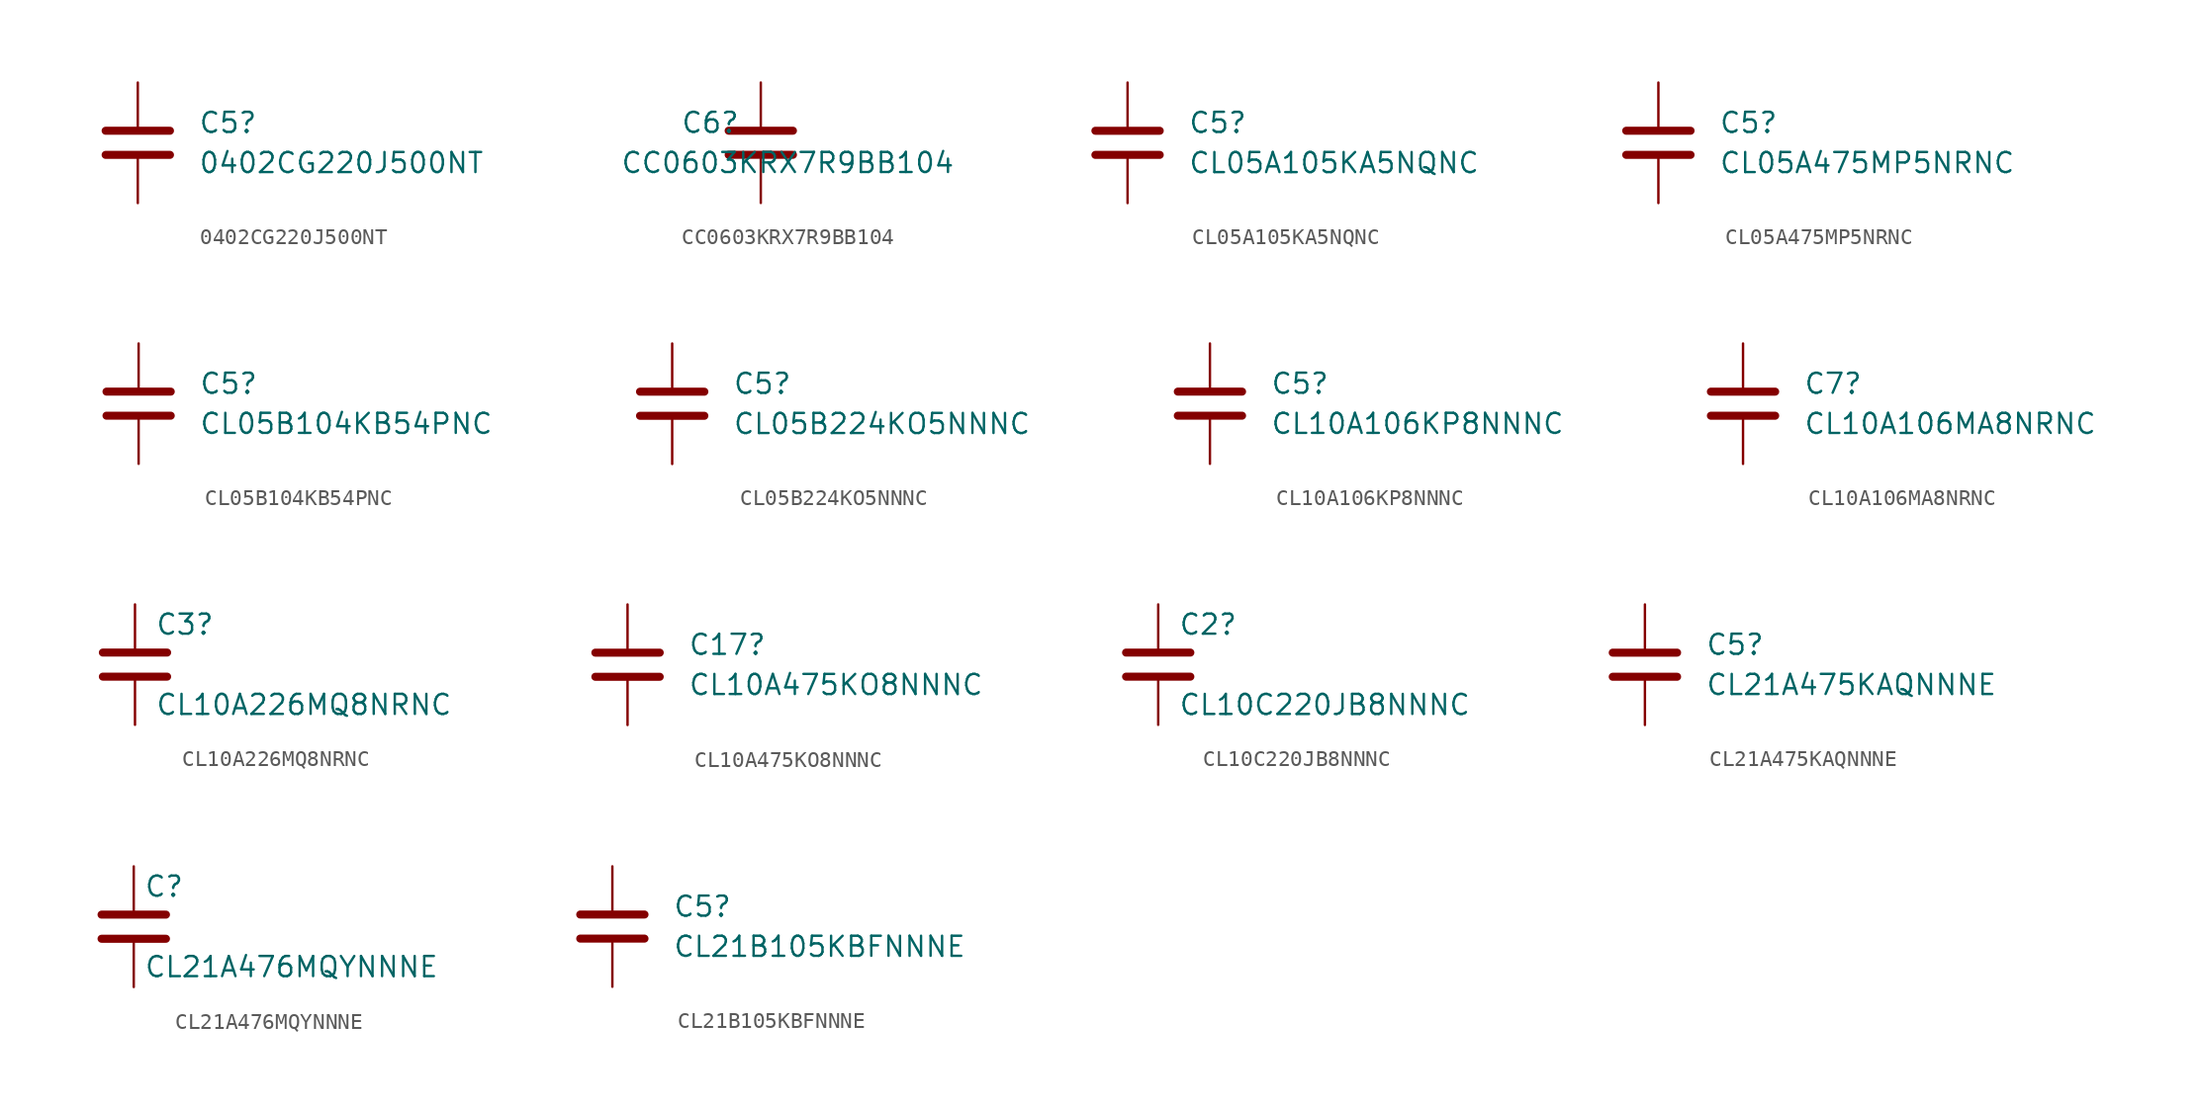
<source format=kicad_sym>
(kicad_symbol_lib
  (version 20211014)
  (generator kicad_symbol_editor)
  (symbol "0402CG220J500NT"
    (pin_numbers hide)
    (pin_names
      (offset 0.254))
    (property "Reference" "C5"
      (at 3.81 1.27 0)
      (effects (font (size 1.27 1.27)) (justify left)))
    (property "Value" "0402CG220J500NT"
      (at 3.81 -1.27 0)
      (effects (font (size 1.27 1.27)) (justify left)))
    (symbol "0402CG220J500NT_0_1"
      (polyline (pts (xy -2.032 -0.762) (xy 2.032 -0.762)) (stroke (width 0.508) (type default) (color 0 0 0 0)) (fill (type none)))
      (polyline (pts (xy -2.032 0.762) (xy 2.032 0.762)) (stroke (width 0.508) (type default) (color 0 0 0 0)) (fill (type none))))
    (symbol "0402CG220J500NT_1_1"
      (pin passive line (at 0 3.81 270) (length 2.794) (name "~" (effects (font (size 1.27 1.27)))) (number "1" (effects (font (size 1.27 1.27)))))
      (pin passive line (at 0 -3.81 90) (length 2.794) (name "~" (effects (font (size 1.27 1.27)))) (number "2" (effects (font (size 1.27 1.27)))))))
  (symbol "CC0603KRX7R9BB104"
    (pin_numbers hide)
    (pin_names
      (offset 0.254))
    (property "Reference" "C6"
      (at -5.08 1.27 0)
      (effects (font (size 1.27 1.27)) (justify left)))
    (property "Value" "CC0603KRX7R9BB104"
      (at -8.89 -1.27 0)
      (effects (font (size 1.27 1.27)) (justify left)))
    (symbol "CC0603KRX7R9BB104_0_1"
      (polyline (pts (xy -2.032 -0.762) (xy 2.032 -0.762)) (stroke (width 0.508) (type default) (color 0 0 0 0)) (fill (type none)))
      (polyline (pts (xy -2.032 0.762) (xy 2.032 0.762)) (stroke (width 0.508) (type default) (color 0 0 0 0)) (fill (type none))))
    (symbol "CC0603KRX7R9BB104_1_1"
      (pin passive line (at 0 3.81 270) (length 2.794) (name "~" (effects (font (size 1.27 1.27)))) (number "1" (effects (font (size 1.27 1.27)))))
      (pin passive line (at 0 -3.81 90) (length 2.794) (name "~" (effects (font (size 1.27 1.27)))) (number "2" (effects (font (size 1.27 1.27)))))))
  (symbol "CL05A105KA5NQNC"
    (pin_numbers hide)
    (pin_names
      (offset 0.254))
    (property "Reference" "C5"
      (at 3.81 1.27 0)
      (effects (font (size 1.27 1.27)) (justify left)))
    (property "Value" "CL05A105KA5NQNC"
      (at 3.81 -1.27 0)
      (effects (font (size 1.27 1.27)) (justify left)))
    (symbol "CL05A105KA5NQNC_0_1"
      (polyline (pts (xy -2.032 -0.762) (xy 2.032 -0.762)) (stroke (width 0.508) (type default) (color 0 0 0 0)) (fill (type none)))
      (polyline (pts (xy -2.032 0.762) (xy 2.032 0.762)) (stroke (width 0.508) (type default) (color 0 0 0 0)) (fill (type none))))
    (symbol "CL05A105KA5NQNC_1_1"
      (pin passive line (at 0 3.81 270) (length 2.794) (name "~" (effects (font (size 1.27 1.27)))) (number "1" (effects (font (size 1.27 1.27)))))
      (pin passive line (at 0 -3.81 90) (length 2.794) (name "~" (effects (font (size 1.27 1.27)))) (number "2" (effects (font (size 1.27 1.27)))))))
  (symbol "CL05A475MP5NRNC"
    (pin_numbers hide)
    (pin_names
      (offset 0.254))
    (property "Reference" "C5"
      (at 3.81 1.27 0)
      (effects (font (size 1.27 1.27)) (justify left)))
    (property "Value" "CL05A475MP5NRNC"
      (at 3.81 -1.27 0)
      (effects (font (size 1.27 1.27)) (justify left)))
    (symbol "CL05A475MP5NRNC_0_1"
      (polyline (pts (xy -2.032 -0.762) (xy 2.032 -0.762)) (stroke (width 0.508) (type default) (color 0 0 0 0)) (fill (type none)))
      (polyline (pts (xy -2.032 0.762) (xy 2.032 0.762)) (stroke (width 0.508) (type default) (color 0 0 0 0)) (fill (type none))))
    (symbol "CL05A475MP5NRNC_1_1"
      (pin passive line (at 0 3.81 270) (length 2.794) (name "~" (effects (font (size 1.27 1.27)))) (number "1" (effects (font (size 1.27 1.27)))))
      (pin passive line (at 0 -3.81 90) (length 2.794) (name "~" (effects (font (size 1.27 1.27)))) (number "2" (effects (font (size 1.27 1.27)))))))
  (symbol "CL05B104KB54PNC"
    (pin_numbers hide)
    (pin_names
      (offset 0.254))
    (property "Reference" "C5"
      (at 3.81 1.27 0)
      (effects (font (size 1.27 1.27)) (justify left)))
    (property "Value" "CL05B104KB54PNC"
      (at 3.81 -1.27 0)
      (effects (font (size 1.27 1.27)) (justify left)))
    (symbol "CL05B104KB54PNC_0_1"
      (polyline (pts (xy -2.032 -0.762) (xy 2.032 -0.762)) (stroke (width 0.508) (type default) (color 0 0 0 0)) (fill (type none)))
      (polyline (pts (xy -2.032 0.762) (xy 2.032 0.762)) (stroke (width 0.508) (type default) (color 0 0 0 0)) (fill (type none))))
    (symbol "CL05B104KB54PNC_1_1"
      (pin passive line (at 0 3.81 270) (length 2.794) (name "~" (effects (font (size 1.27 1.27)))) (number "1" (effects (font (size 1.27 1.27)))))
      (pin passive line (at 0 -3.81 90) (length 2.794) (name "~" (effects (font (size 1.27 1.27)))) (number "2" (effects (font (size 1.27 1.27)))))))
  (symbol "CL05B224KO5NNNC"
    (pin_numbers hide)
    (pin_names
      (offset 0.254))
    (property "Reference" "C5"
      (at 3.81 1.27 0)
      (effects (font (size 1.27 1.27)) (justify left)))
    (property "Value" "CL05B224KO5NNNC"
      (at 3.81 -1.27 0)
      (effects (font (size 1.27 1.27)) (justify left)))
    (symbol "CL05B224KO5NNNC_0_1"
      (polyline (pts (xy -2.032 -0.762) (xy 2.032 -0.762)) (stroke (width 0.508) (type default) (color 0 0 0 0)) (fill (type none)))
      (polyline (pts (xy -2.032 0.762) (xy 2.032 0.762)) (stroke (width 0.508) (type default) (color 0 0 0 0)) (fill (type none))))
    (symbol "CL05B224KO5NNNC_1_1"
      (pin passive line (at 0 3.81 270) (length 2.794) (name "~" (effects (font (size 1.27 1.27)))) (number "1" (effects (font (size 1.27 1.27)))))
      (pin passive line (at 0 -3.81 90) (length 2.794) (name "~" (effects (font (size 1.27 1.27)))) (number "2" (effects (font (size 1.27 1.27)))))))
  (symbol "CL10A106KP8NNNC"
    (pin_numbers hide)
    (pin_names
      (offset 0.254))
    (property "Reference" "C5"
      (at 3.81 1.27 0)
      (effects (font (size 1.27 1.27)) (justify left)))
    (property "Value" "CL10A106KP8NNNC"
      (at 3.81 -1.27 0)
      (effects (font (size 1.27 1.27)) (justify left)))
    (symbol "CL10A106KP8NNNC_0_1"
      (polyline (pts (xy -2.032 -0.762) (xy 2.032 -0.762)) (stroke (width 0.508) (type default) (color 0 0 0 0)) (fill (type none)))
      (polyline (pts (xy -2.032 0.762) (xy 2.032 0.762)) (stroke (width 0.508) (type default) (color 0 0 0 0)) (fill (type none))))
    (symbol "CL10A106KP8NNNC_1_1"
      (pin passive line (at 0 3.81 270) (length 2.794) (name "~" (effects (font (size 1.27 1.27)))) (number "1" (effects (font (size 1.27 1.27)))))
      (pin passive line (at 0 -3.81 90) (length 2.794) (name "~" (effects (font (size 1.27 1.27)))) (number "2" (effects (font (size 1.27 1.27)))))))
  (symbol "CL10A106MA8NRNC"
    (pin_numbers hide)
    (pin_names
      (offset 0.254))
    (property "Reference" "C7"
      (at 3.81 1.27 0)
      (effects (font (size 1.27 1.27)) (justify left)))
    (property "Value" "CL10A106MA8NRNC"
      (at 3.81 -1.27 0)
      (effects (font (size 1.27 1.27)) (justify left)))
    (symbol "CL10A106MA8NRNC_0_1"
      (polyline (pts (xy -2.032 -0.762) (xy 2.032 -0.762)) (stroke (width 0.508) (type default) (color 0 0 0 0)) (fill (type none)))
      (polyline (pts (xy -2.032 0.762) (xy 2.032 0.762)) (stroke (width 0.508) (type default) (color 0 0 0 0)) (fill (type none))))
    (symbol "CL10A106MA8NRNC_1_1"
      (pin passive line (at 0 3.81 270) (length 2.794) (name "~" (effects (font (size 1.27 1.27)))) (number "1" (effects (font (size 1.27 1.27)))))
      (pin passive line (at 0 -3.81 90) (length 2.794) (name "~" (effects (font (size 1.27 1.27)))) (number "2" (effects (font (size 1.27 1.27)))))))
  (symbol "CL10A226MQ8NRNC"
    (pin_numbers hide)
    (pin_names
      (offset 0.254))
    (property "Reference" "C3"
      (at 1.27 2.54 0)
      (effects (font (size 1.27 1.27)) (justify left)))
    (property "Value" "CL10A226MQ8NRNC"
      (at 1.27 -2.54 0)
      (effects (font (size 1.27 1.27)) (justify left)))
    (symbol "CL10A226MQ8NRNC_0_1"
      (polyline (pts (xy -2.032 -0.762) (xy 2.032 -0.762)) (stroke (width 0.508) (type default) (color 0 0 0 0)) (fill (type none)))
      (polyline (pts (xy -2.032 0.762) (xy 2.032 0.762)) (stroke (width 0.508) (type default) (color 0 0 0 0)) (fill (type none))))
    (symbol "CL10A226MQ8NRNC_1_1"
      (pin passive line (at 0 3.81 270) (length 2.794) (name "~" (effects (font (size 1.27 1.27)))) (number "1" (effects (font (size 1.27 1.27)))))
      (pin passive line (at 0 -3.81 90) (length 2.794) (name "~" (effects (font (size 1.27 1.27)))) (number "2" (effects (font (size 1.27 1.27)))))))
  (symbol "CL10A475KO8NNNC"
    (pin_numbers hide)
    (pin_names
      (offset 0.254))
    (property "Reference" "C17"
      (at 3.81 1.27 0)
      (effects (font (size 1.27 1.27)) (justify left)))
    (property "Value" "CL10A475KO8NNNC"
      (at 3.81 -1.27 0)
      (effects (font (size 1.27 1.27)) (justify left)))
    (symbol "CL10A475KO8NNNC_0_1"
      (polyline (pts (xy -2.032 -0.762) (xy 2.032 -0.762)) (stroke (width 0.508) (type default) (color 0 0 0 0)) (fill (type none)))
      (polyline (pts (xy -2.032 0.762) (xy 2.032 0.762)) (stroke (width 0.508) (type default) (color 0 0 0 0)) (fill (type none))))
    (symbol "CL10A475KO8NNNC_1_1"
      (pin passive line (at 0 3.81 270) (length 2.794) (name "~" (effects (font (size 1.27 1.27)))) (number "1" (effects (font (size 1.27 1.27)))))
      (pin passive line (at 0 -3.81 90) (length 2.794) (name "~" (effects (font (size 1.27 1.27)))) (number "2" (effects (font (size 1.27 1.27)))))))
  (symbol "CL10C220JB8NNNC"
    (pin_numbers hide)
    (pin_names
      (offset 0.254))
    (property "Reference" "C2"
      (at 1.27 2.54 0)
      (effects (font (size 1.27 1.27)) (justify left)))
    (property "Value" "CL10C220JB8NNNC"
      (at 1.27 -2.54 0)
      (effects (font (size 1.27 1.27)) (justify left)))
    (symbol "CL10C220JB8NNNC_0_1"
      (polyline (pts (xy -2.032 -0.762) (xy 2.032 -0.762)) (stroke (width 0.508) (type default) (color 0 0 0 0)) (fill (type none)))
      (polyline (pts (xy -2.032 0.762) (xy 2.032 0.762)) (stroke (width 0.508) (type default) (color 0 0 0 0)) (fill (type none))))
    (symbol "CL10C220JB8NNNC_1_1"
      (pin passive line (at 0 3.81 270) (length 2.794) (name "~" (effects (font (size 1.27 1.27)))) (number "1" (effects (font (size 1.27 1.27)))))
      (pin passive line (at 0 -3.81 90) (length 2.794) (name "~" (effects (font (size 1.27 1.27)))) (number "2" (effects (font (size 1.27 1.27)))))))
  (symbol "CL21A475KAQNNNE"
    (pin_numbers hide)
    (pin_names
      (offset 0.254))
    (property "Reference" "C5"
      (at 3.81 1.27 0)
      (effects (font (size 1.27 1.27)) (justify left)))
    (property "Value" "CL21A475KAQNNNE"
      (at 3.81 -1.27 0)
      (effects (font (size 1.27 1.27)) (justify left)))
    (symbol "CL21A475KAQNNNE_0_1"
      (polyline (pts (xy -2.032 -0.762) (xy 2.032 -0.762)) (stroke (width 0.508) (type default) (color 0 0 0 0)) (fill (type none)))
      (polyline (pts (xy -2.032 0.762) (xy 2.032 0.762)) (stroke (width 0.508) (type default) (color 0 0 0 0)) (fill (type none))))
    (symbol "CL21A475KAQNNNE_1_1"
      (pin passive line (at 0 3.81 270) (length 2.794) (name "~" (effects (font (size 1.27 1.27)))) (number "1" (effects (font (size 1.27 1.27)))))
      (pin passive line (at 0 -3.81 90) (length 2.794) (name "~" (effects (font (size 1.27 1.27)))) (number "2" (effects (font (size 1.27 1.27)))))))
  (symbol "CL21A476MQYNNNE"
    (pin_numbers hide)
    (pin_names
      (offset 0.254))
    (property "Reference" "C"
      (at 0.635 2.54 0)
      (effects (font (size 1.27 1.27)) (justify left)))
    (property "Value" "CL21A476MQYNNNE"
      (at 0.635 -2.54 0)
      (effects (font (size 1.27 1.27)) (justify left)))
    (symbol "CL21A476MQYNNNE_0_1"
      (polyline (pts (xy -2.032 -0.762) (xy 2.032 -0.762)) (stroke (width 0.508) (type default) (color 0 0 0 0)) (fill (type none)))
      (polyline (pts (xy -2.032 0.762) (xy 2.032 0.762)) (stroke (width 0.508) (type default) (color 0 0 0 0)) (fill (type none))))
    (symbol "CL21A476MQYNNNE_1_1"
      (pin passive line (at 0 3.81 270) (length 2.794) (name "~" (effects (font (size 1.27 1.27)))) (number "1" (effects (font (size 1.27 1.27)))))
      (pin passive line (at 0 -3.81 90) (length 2.794) (name "~" (effects (font (size 1.27 1.27)))) (number "2" (effects (font (size 1.27 1.27)))))))
  (symbol "CL21B105KBFNNNE"
    (pin_numbers hide)
    (pin_names
      (offset 0.254))
    (property "Reference" "C5"
      (at 3.81 1.27 0)
      (effects (font (size 1.27 1.27)) (justify left)))
    (property "Value" "CL21B105KBFNNNE"
      (at 3.81 -1.27 0)
      (effects (font (size 1.27 1.27)) (justify left)))
    (symbol "CL21B105KBFNNNE_0_1"
      (polyline (pts (xy -2.032 -0.762) (xy 2.032 -0.762)) (stroke (width 0.508) (type default) (color 0 0 0 0)) (fill (type none)))
      (polyline (pts (xy -2.032 0.762) (xy 2.032 0.762)) (stroke (width 0.508) (type default) (color 0 0 0 0)) (fill (type none))))
    (symbol "CL21B105KBFNNNE_1_1"
      (pin passive line (at 0 3.81 270) (length 2.794) (name "~" (effects (font (size 1.27 1.27)))) (number "1" (effects (font (size 1.27 1.27)))))
      (pin passive line (at 0 -3.81 90) (length 2.794) (name "~" (effects (font (size 1.27 1.27)))) (number "2" (effects (font (size 1.27 1.27))))))))
</source>
